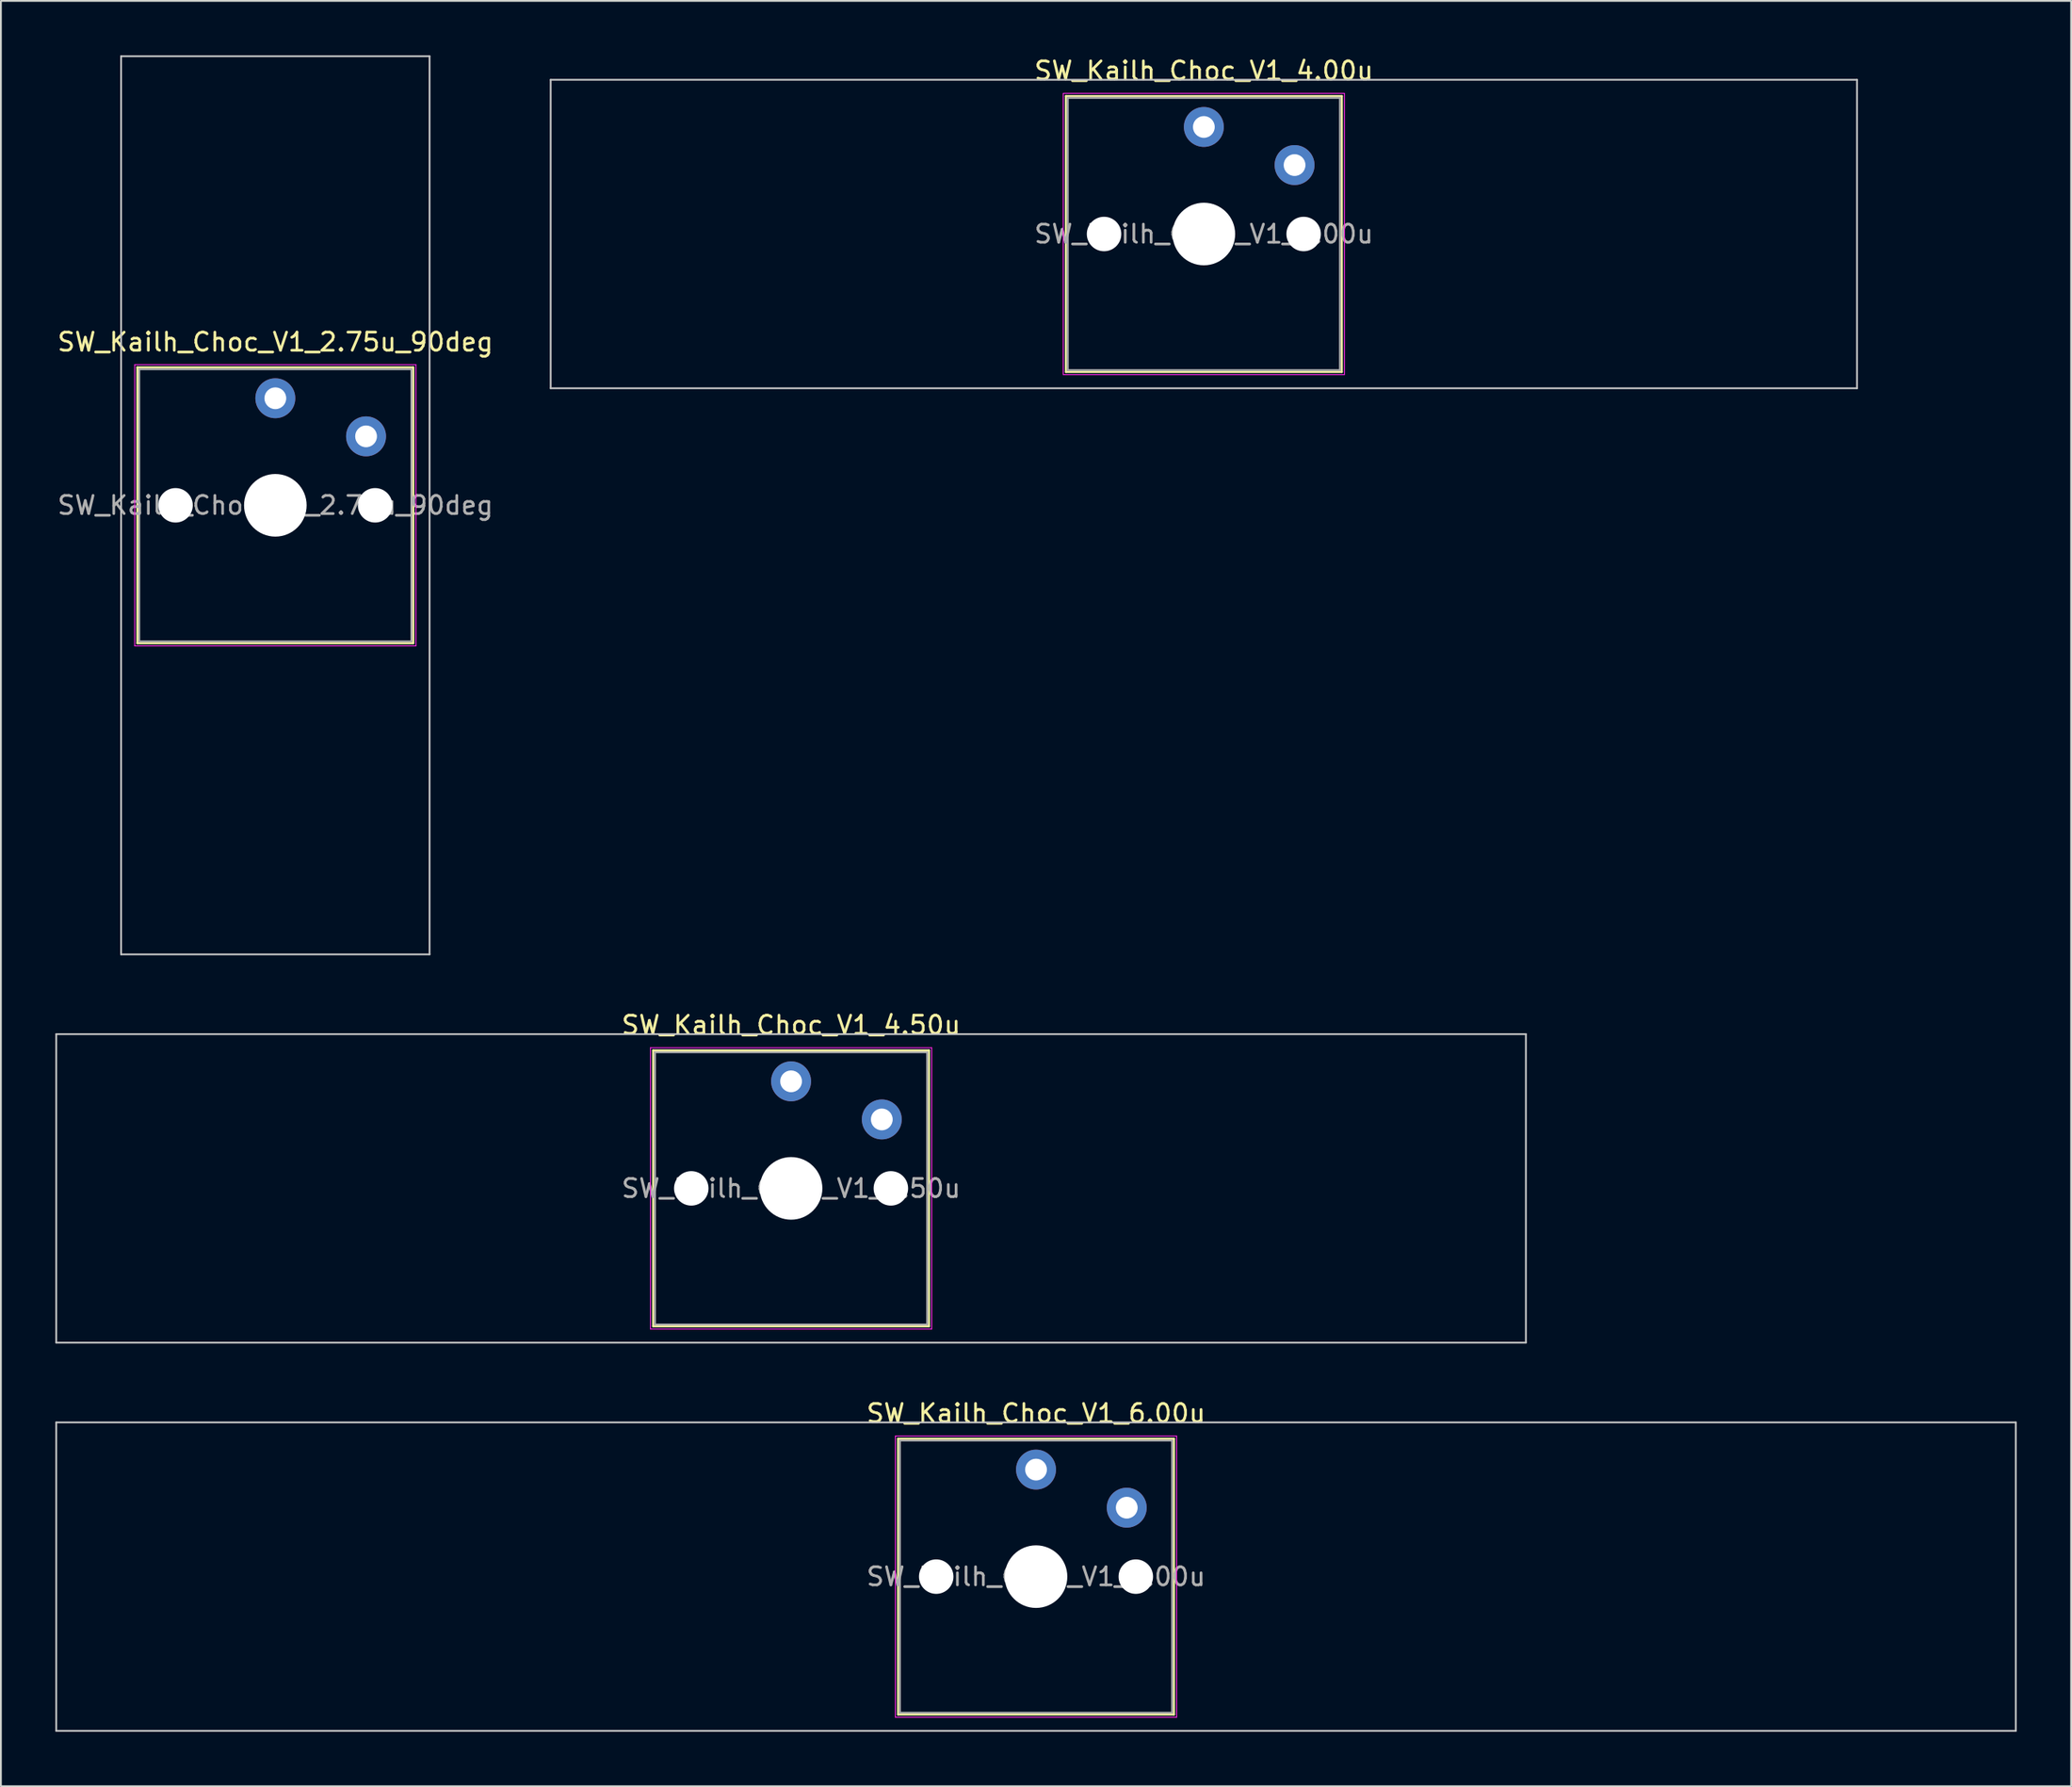
<source format=kicad_pcb>
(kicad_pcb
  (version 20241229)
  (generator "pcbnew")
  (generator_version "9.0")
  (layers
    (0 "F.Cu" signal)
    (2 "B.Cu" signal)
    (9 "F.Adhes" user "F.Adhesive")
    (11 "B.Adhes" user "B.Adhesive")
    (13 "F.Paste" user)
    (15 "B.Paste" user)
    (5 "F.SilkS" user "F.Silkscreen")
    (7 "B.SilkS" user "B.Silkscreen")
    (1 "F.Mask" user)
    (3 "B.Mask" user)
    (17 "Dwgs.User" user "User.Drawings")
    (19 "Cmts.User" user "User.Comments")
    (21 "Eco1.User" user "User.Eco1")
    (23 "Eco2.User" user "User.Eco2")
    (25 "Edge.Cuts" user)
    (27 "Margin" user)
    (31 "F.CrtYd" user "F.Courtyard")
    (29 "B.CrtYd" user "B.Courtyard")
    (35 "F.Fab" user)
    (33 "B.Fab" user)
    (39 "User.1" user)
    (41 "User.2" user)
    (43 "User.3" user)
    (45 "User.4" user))
  (footprint "SW_Kailh_Choc_V1_4.00u"
    (layer "F.Cu")
    (at 63.3 9.848)
    (property "Reference" "SW_Kailh_Choc_V1_4.00u" (at 0 -9 0) (layer "F.SilkS") (effects (font (size 1 1) (thickness 0.15))))
    (attr through_hole)
    (fp_line (start -7.6 -7.6) (end -7.6 7.6) (stroke (width 0.12) (type solid)) (layer "F.SilkS"))
    (fp_line (start -7.6 7.6) (end 7.6 7.6) (stroke (width 0.12) (type solid)) (layer "F.SilkS"))
    (fp_line (start 7.6 -7.6) (end -7.6 -7.6) (stroke (width 0.12) (type solid)) (layer "F.SilkS"))
    (fp_line (start 7.6 7.6) (end 7.6 -7.6) (stroke (width 0.12) (type solid)) (layer "F.SilkS"))
    (fp_line (start -36 -8.5) (end -36 8.5) (stroke (width 0.1) (type solid)) (layer "Dwgs.User"))
    (fp_line (start -36 8.5) (end 36 8.5) (stroke (width 0.1) (type solid)) (layer "Dwgs.User"))
    (fp_line (start 36 -8.5) (end -36 -8.5) (stroke (width 0.1) (type solid)) (layer "Dwgs.User"))
    (fp_line (start 36 8.5) (end 36 -8.5) (stroke (width 0.1) (type solid)) (layer "Dwgs.User"))
    (fp_line (start -7.25 -7.25) (end -7.25 7.25) (stroke (width 0.1) (type solid)) (layer "Eco1.User"))
    (fp_line (start -7.25 7.25) (end 7.25 7.25) (stroke (width 0.1) (type solid)) (layer "Eco1.User"))
    (fp_line (start 7.25 -7.25) (end -7.25 -7.25) (stroke (width 0.1) (type solid)) (layer "Eco1.User"))
    (fp_line (start 7.25 7.25) (end 7.25 -7.25) (stroke (width 0.1) (type solid)) (layer "Eco1.User"))
    (fp_line (start -7.75 -7.75) (end -7.75 7.75) (stroke (width 0.05) (type solid)) (layer "F.CrtYd"))
    (fp_line (start -7.75 7.75) (end 7.75 7.75) (stroke (width 0.05) (type solid)) (layer "F.CrtYd"))
    (fp_line (start 7.75 -7.75) (end -7.75 -7.75) (stroke (width 0.05) (type solid)) (layer "F.CrtYd"))
    (fp_line (start 7.75 7.75) (end 7.75 -7.75) (stroke (width 0.05) (type solid)) (layer "F.CrtYd"))
    (fp_line (start -7.5 -7.5) (end -7.5 7.5) (stroke (width 0.1) (type solid)) (layer "F.Fab"))
    (fp_line (start -7.5 7.5) (end 7.5 7.5) (stroke (width 0.1) (type solid)) (layer "F.Fab"))
    (fp_line (start 7.5 -7.5) (end -7.5 -7.5) (stroke (width 0.1) (type solid)) (layer "F.Fab"))
    (fp_line (start 7.5 7.5) (end 7.5 -7.5) (stroke (width 0.1) (type solid)) (layer "F.Fab"))
    (fp_text user "${REFERENCE}" (at 0 0 0) (layer "F.Fab") (effects (font (size 1 1) (thickness 0.15))))
    (pad "" np_thru_hole circle (at -5.5 0) (size 1.9 1.9) (drill 1.9) (layers "*.Cu" "*.Mask"))
    (pad "" smd circle (at 0 -5.9) (size 1.25 1.25) (layers "F.Mask"))
    (pad "" np_thru_hole circle (at 0 0) (size 3.45 3.45) (drill 3.45) (layers "*.Cu" "*.Mask"))
    (pad "" smd circle (at 5 -3.8) (size 1.25 1.25) (layers "F.Mask"))
    (pad "" np_thru_hole circle (at 5.5 0) (size 1.9 1.9) (drill 1.9) (layers "*.Cu" "*.Mask"))
    (pad "1" thru_hole circle (at 0 -5.9) (size 2.2 2.2) (drill 1.2) (layers "*.Cu" "B.Mask"))
    (pad "2" thru_hole circle (at 5 -3.8) (size 2.2 2.2) (drill 1.2) (layers "*.Cu" "B.Mask")))
  (footprint "SW_Kailh_Choc_V1_6.00u"
    (layer "F.Cu")
    (at 54.05 83.847)
    (property "Reference" "SW_Kailh_Choc_V1_6.00u" (at 0 -9 0) (layer "F.SilkS") (effects (font (size 1 1) (thickness 0.15))))
    (attr through_hole)
    (fp_line (start -7.6 -7.6) (end -7.6 7.6) (stroke (width 0.12) (type solid)) (layer "F.SilkS"))
    (fp_line (start -7.6 7.6) (end 7.6 7.6) (stroke (width 0.12) (type solid)) (layer "F.SilkS"))
    (fp_line (start 7.6 -7.6) (end -7.6 -7.6) (stroke (width 0.12) (type solid)) (layer "F.SilkS"))
    (fp_line (start 7.6 7.6) (end 7.6 -7.6) (stroke (width 0.12) (type solid)) (layer "F.SilkS"))
    (fp_line (start -54 -8.5) (end -54 8.5) (stroke (width 0.1) (type solid)) (layer "Dwgs.User"))
    (fp_line (start -54 8.5) (end 54 8.5) (stroke (width 0.1) (type solid)) (layer "Dwgs.User"))
    (fp_line (start 54 -8.5) (end -54 -8.5) (stroke (width 0.1) (type solid)) (layer "Dwgs.User"))
    (fp_line (start 54 8.5) (end 54 -8.5) (stroke (width 0.1) (type solid)) (layer "Dwgs.User"))
    (fp_line (start -7.25 -7.25) (end -7.25 7.25) (stroke (width 0.1) (type solid)) (layer "Eco1.User"))
    (fp_line (start -7.25 7.25) (end 7.25 7.25) (stroke (width 0.1) (type solid)) (layer "Eco1.User"))
    (fp_line (start 7.25 -7.25) (end -7.25 -7.25) (stroke (width 0.1) (type solid)) (layer "Eco1.User"))
    (fp_line (start 7.25 7.25) (end 7.25 -7.25) (stroke (width 0.1) (type solid)) (layer "Eco1.User"))
    (fp_line (start -7.75 -7.75) (end -7.75 7.75) (stroke (width 0.05) (type solid)) (layer "F.CrtYd"))
    (fp_line (start -7.75 7.75) (end 7.75 7.75) (stroke (width 0.05) (type solid)) (layer "F.CrtYd"))
    (fp_line (start 7.75 -7.75) (end -7.75 -7.75) (stroke (width 0.05) (type solid)) (layer "F.CrtYd"))
    (fp_line (start 7.75 7.75) (end 7.75 -7.75) (stroke (width 0.05) (type solid)) (layer "F.CrtYd"))
    (fp_line (start -7.5 -7.5) (end -7.5 7.5) (stroke (width 0.1) (type solid)) (layer "F.Fab"))
    (fp_line (start -7.5 7.5) (end 7.5 7.5) (stroke (width 0.1) (type solid)) (layer "F.Fab"))
    (fp_line (start 7.5 -7.5) (end -7.5 -7.5) (stroke (width 0.1) (type solid)) (layer "F.Fab"))
    (fp_line (start 7.5 7.5) (end 7.5 -7.5) (stroke (width 0.1) (type solid)) (layer "F.Fab"))
    (fp_text user "${REFERENCE}" (at 0 0 0) (layer "F.Fab") (effects (font (size 1 1) (thickness 0.15))))
    (pad "" np_thru_hole circle (at -5.5 0) (size 1.9 1.9) (drill 1.9) (layers "*.Cu" "*.Mask"))
    (pad "" smd circle (at 0 -5.9) (size 1.25 1.25) (layers "F.Mask"))
    (pad "" np_thru_hole circle (at 0 0) (size 3.45 3.45) (drill 3.45) (layers "*.Cu" "*.Mask"))
    (pad "" smd circle (at 5 -3.8) (size 1.25 1.25) (layers "F.Mask"))
    (pad "" np_thru_hole circle (at 5.5 0) (size 1.9 1.9) (drill 1.9) (layers "*.Cu" "*.Mask"))
    (pad "1" thru_hole circle (at 0 -5.9) (size 2.2 2.2) (drill 1.2) (layers "*.Cu" "B.Mask"))
    (pad "2" thru_hole circle (at 5 -3.8) (size 2.2 2.2) (drill 1.2) (layers "*.Cu" "B.Mask")))
  (footprint "SW_Kailh_Choc_V1_4.50u"
    (layer "F.Cu")
    (at 40.55 62.448)
    (property "Reference" "SW_Kailh_Choc_V1_4.50u" (at 0 -9 0) (layer "F.SilkS") (effects (font (size 1 1) (thickness 0.15))))
    (attr through_hole)
    (fp_line (start -7.6 -7.6) (end -7.6 7.6) (stroke (width 0.12) (type solid)) (layer "F.SilkS"))
    (fp_line (start -7.6 7.6) (end 7.6 7.6) (stroke (width 0.12) (type solid)) (layer "F.SilkS"))
    (fp_line (start 7.6 -7.6) (end -7.6 -7.6) (stroke (width 0.12) (type solid)) (layer "F.SilkS"))
    (fp_line (start 7.6 7.6) (end 7.6 -7.6) (stroke (width 0.12) (type solid)) (layer "F.SilkS"))
    (fp_line (start -40.5 -8.5) (end -40.5 8.5) (stroke (width 0.1) (type solid)) (layer "Dwgs.User"))
    (fp_line (start -40.5 8.5) (end 40.5 8.5) (stroke (width 0.1) (type solid)) (layer "Dwgs.User"))
    (fp_line (start 40.5 -8.5) (end -40.5 -8.5) (stroke (width 0.1) (type solid)) (layer "Dwgs.User"))
    (fp_line (start 40.5 8.5) (end 40.5 -8.5) (stroke (width 0.1) (type solid)) (layer "Dwgs.User"))
    (fp_line (start -7.25 -7.25) (end -7.25 7.25) (stroke (width 0.1) (type solid)) (layer "Eco1.User"))
    (fp_line (start -7.25 7.25) (end 7.25 7.25) (stroke (width 0.1) (type solid)) (layer "Eco1.User"))
    (fp_line (start 7.25 -7.25) (end -7.25 -7.25) (stroke (width 0.1) (type solid)) (layer "Eco1.User"))
    (fp_line (start 7.25 7.25) (end 7.25 -7.25) (stroke (width 0.1) (type solid)) (layer "Eco1.User"))
    (fp_line (start -7.75 -7.75) (end -7.75 7.75) (stroke (width 0.05) (type solid)) (layer "F.CrtYd"))
    (fp_line (start -7.75 7.75) (end 7.75 7.75) (stroke (width 0.05) (type solid)) (layer "F.CrtYd"))
    (fp_line (start 7.75 -7.75) (end -7.75 -7.75) (stroke (width 0.05) (type solid)) (layer "F.CrtYd"))
    (fp_line (start 7.75 7.75) (end 7.75 -7.75) (stroke (width 0.05) (type solid)) (layer "F.CrtYd"))
    (fp_line (start -7.5 -7.5) (end -7.5 7.5) (stroke (width 0.1) (type solid)) (layer "F.Fab"))
    (fp_line (start -7.5 7.5) (end 7.5 7.5) (stroke (width 0.1) (type solid)) (layer "F.Fab"))
    (fp_line (start 7.5 -7.5) (end -7.5 -7.5) (stroke (width 0.1) (type solid)) (layer "F.Fab"))
    (fp_line (start 7.5 7.5) (end 7.5 -7.5) (stroke (width 0.1) (type solid)) (layer "F.Fab"))
    (fp_text user "${REFERENCE}" (at 0 0 0) (layer "F.Fab") (effects (font (size 1 1) (thickness 0.15))))
    (pad "" np_thru_hole circle (at -5.5 0) (size 1.9 1.9) (drill 1.9) (layers "*.Cu" "*.Mask"))
    (pad "" smd circle (at 0 -5.9) (size 1.25 1.25) (layers "F.Mask"))
    (pad "" np_thru_hole circle (at 0 0) (size 3.45 3.45) (drill 3.45) (layers "*.Cu" "*.Mask"))
    (pad "" smd circle (at 5 -3.8) (size 1.25 1.25) (layers "F.Mask"))
    (pad "" np_thru_hole circle (at 5.5 0) (size 1.9 1.9) (drill 1.9) (layers "*.Cu" "*.Mask"))
    (pad "1" thru_hole circle (at 0 -5.9) (size 2.2 2.2) (drill 1.2) (layers "*.Cu" "B.Mask"))
    (pad "2" thru_hole circle (at 5 -3.8) (size 2.2 2.2) (drill 1.2) (layers "*.Cu" "B.Mask")))
  (footprint "SW_Kailh_Choc_V1_2.75u_90deg"
    (layer "F.Cu")
    (at 12.125 24.8)
    (property "Reference" "SW_Kailh_Choc_V1_2.75u_90deg" (at 0 -9 0) (layer "F.SilkS") (effects (font (size 1 1) (thickness 0.15))))
    (attr through_hole)
    (fp_line (start -7.6 -7.6) (end -7.6 7.6) (stroke (width 0.12) (type solid)) (layer "F.SilkS"))
    (fp_line (start -7.6 7.6) (end 7.6 7.6) (stroke (width 0.12) (type solid)) (layer "F.SilkS"))
    (fp_line (start 7.6 -7.6) (end -7.6 -7.6) (stroke (width 0.12) (type solid)) (layer "F.SilkS"))
    (fp_line (start 7.6 7.6) (end 7.6 -7.6) (stroke (width 0.12) (type solid)) (layer "F.SilkS"))
    (fp_line (start -8.5 -24.75) (end 8.5 -24.75) (stroke (width 0.1) (type solid)) (layer "Dwgs.User"))
    (fp_line (start -8.5 24.75) (end -8.5 -24.75) (stroke (width 0.1) (type solid)) (layer "Dwgs.User"))
    (fp_line (start 8.5 -24.75) (end 8.5 24.75) (stroke (width 0.1) (type solid)) (layer "Dwgs.User"))
    (fp_line (start 8.5 24.75) (end -8.5 24.75) (stroke (width 0.1) (type solid)) (layer "Dwgs.User"))
    (fp_line (start -7.25 -7.25) (end -7.25 7.25) (stroke (width 0.1) (type solid)) (layer "Eco1.User"))
    (fp_line (start -7.25 7.25) (end 7.25 7.25) (stroke (width 0.1) (type solid)) (layer "Eco1.User"))
    (fp_line (start 7.25 -7.25) (end -7.25 -7.25) (stroke (width 0.1) (type solid)) (layer "Eco1.User"))
    (fp_line (start 7.25 7.25) (end 7.25 -7.25) (stroke (width 0.1) (type solid)) (layer "Eco1.User"))
    (fp_line (start -7.75 -7.75) (end -7.75 7.75) (stroke (width 0.05) (type solid)) (layer "F.CrtYd"))
    (fp_line (start -7.75 7.75) (end 7.75 7.75) (stroke (width 0.05) (type solid)) (layer "F.CrtYd"))
    (fp_line (start 7.75 -7.75) (end -7.75 -7.75) (stroke (width 0.05) (type solid)) (layer "F.CrtYd"))
    (fp_line (start 7.75 7.75) (end 7.75 -7.75) (stroke (width 0.05) (type solid)) (layer "F.CrtYd"))
    (fp_line (start -7.5 -7.5) (end -7.5 7.5) (stroke (width 0.1) (type solid)) (layer "F.Fab"))
    (fp_line (start -7.5 7.5) (end 7.5 7.5) (stroke (width 0.1) (type solid)) (layer "F.Fab"))
    (fp_line (start 7.5 -7.5) (end -7.5 -7.5) (stroke (width 0.1) (type solid)) (layer "F.Fab"))
    (fp_line (start 7.5 7.5) (end 7.5 -7.5) (stroke (width 0.1) (type solid)) (layer "F.Fab"))
    (fp_text user "${REFERENCE}" (at 0 0 0) (layer "F.Fab") (effects (font (size 1 1) (thickness 0.15))))
    (pad "" np_thru_hole circle (at -5.5 0) (size 1.9 1.9) (drill 1.9) (layers "*.Cu" "*.Mask"))
    (pad "" smd circle (at 0 -5.9) (size 1.25 1.25) (layers "F.Mask"))
    (pad "" np_thru_hole circle (at 0 0) (size 3.45 3.45) (drill 3.45) (layers "*.Cu" "*.Mask"))
    (pad "" smd circle (at 5 -3.8) (size 1.25 1.25) (layers "F.Mask"))
    (pad "" np_thru_hole circle (at 5.5 0) (size 1.9 1.9) (drill 1.9) (layers "*.Cu" "*.Mask"))
    (pad "1" thru_hole circle (at 0 -5.9) (size 2.2 2.2) (drill 1.2) (layers "*.Cu" "B.Mask"))
    (pad "2" thru_hole circle (at 5 -3.8) (size 2.2 2.2) (drill 1.2) (layers "*.Cu" "B.Mask")))
  (gr_rect
    (start -3 -3)
    (end 111.1 95.397)
    (stroke (width 0.1) (type default))
    (fill no)
    (layer "Edge.Cuts")))
</source>
